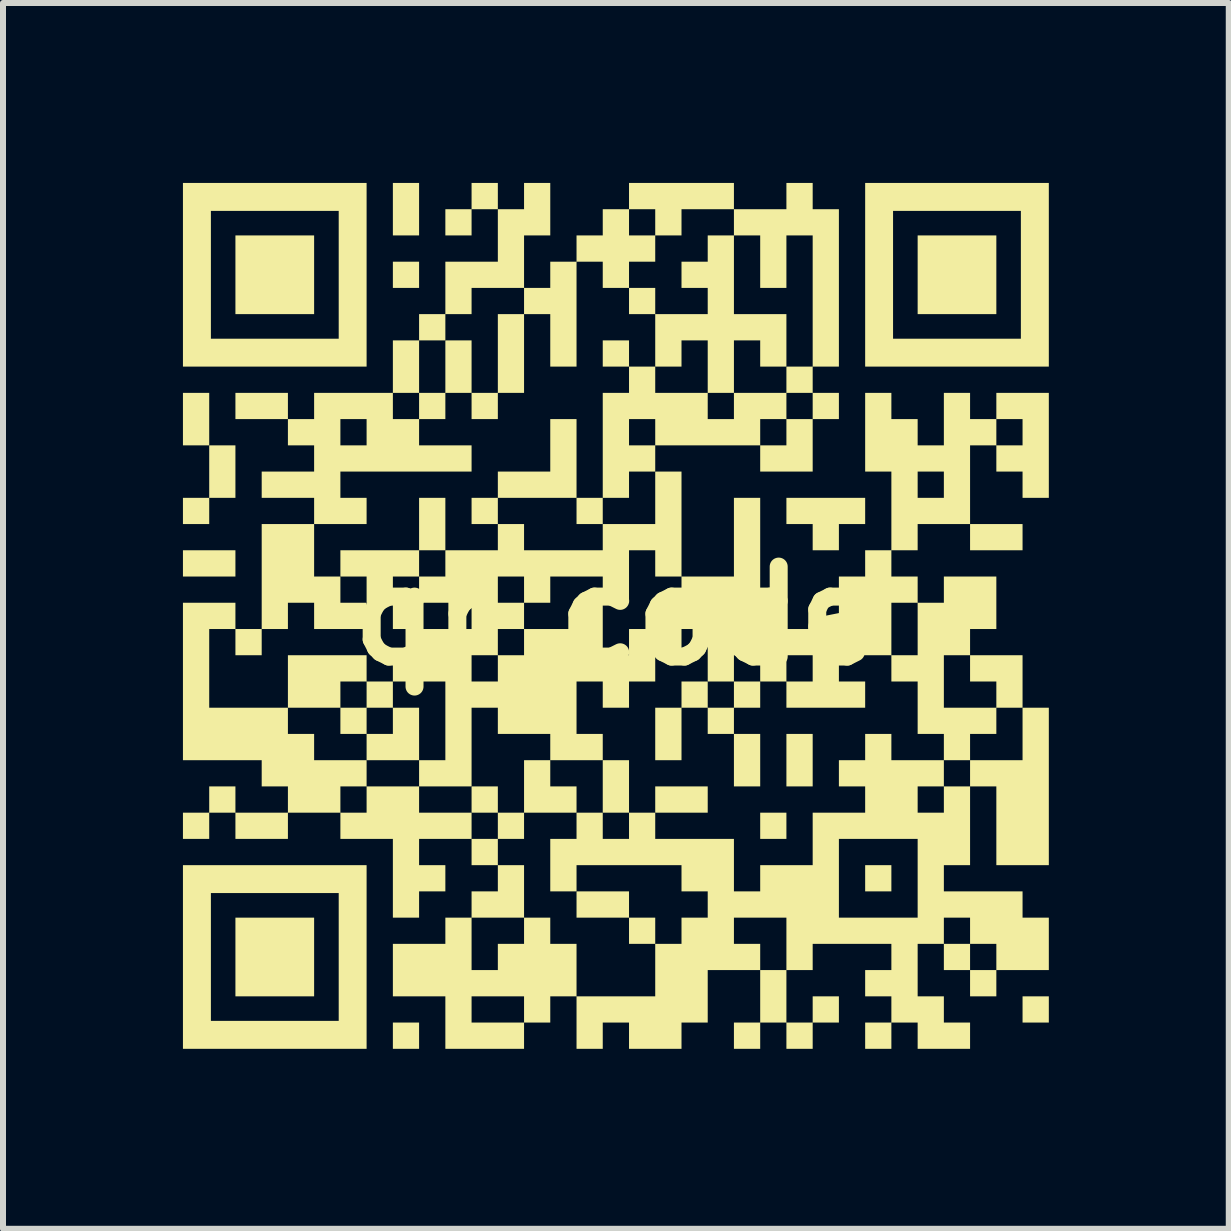
<source format=kicad_pcb>
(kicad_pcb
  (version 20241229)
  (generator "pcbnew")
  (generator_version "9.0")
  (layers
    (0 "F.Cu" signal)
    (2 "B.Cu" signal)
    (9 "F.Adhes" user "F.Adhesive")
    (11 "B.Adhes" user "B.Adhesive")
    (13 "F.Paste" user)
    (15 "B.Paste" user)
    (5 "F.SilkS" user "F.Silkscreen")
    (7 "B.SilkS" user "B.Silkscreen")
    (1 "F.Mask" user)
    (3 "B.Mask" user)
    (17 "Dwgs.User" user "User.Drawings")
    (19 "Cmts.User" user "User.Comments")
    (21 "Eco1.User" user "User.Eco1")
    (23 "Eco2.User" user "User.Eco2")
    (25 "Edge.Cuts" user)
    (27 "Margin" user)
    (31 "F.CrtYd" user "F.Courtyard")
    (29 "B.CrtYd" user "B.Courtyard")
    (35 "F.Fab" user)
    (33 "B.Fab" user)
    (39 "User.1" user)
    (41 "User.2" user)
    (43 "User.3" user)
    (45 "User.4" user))
  (footprint "qr code"
    (layer "F.Cu")
    (at 7.218 7.218)
    (property "Reference" "qr code" (at 0 0 0) (layer "F.SilkS") (effects (font (size 1.5 1.5) (thickness 0.3))))
    (attr board_only exclude_from_pos_files exclude_from_bom)
    (fp_poly (pts (xy -6.78 -3.281) (xy -6.78 -2.843) (xy -6.999 -2.843) (xy -7.218 -2.843) (xy -7.218 -3.281) (xy -7.218 -3.718) (xy -6.999 -3.718) (xy -6.78 -3.718)) (stroke (width 0) (type solid)) (fill yes) (layer "F.SilkS"))
    (fp_poly (pts (xy -6.343 -0.875) (xy -6.343 -0.656) (xy -6.78 -0.656) (xy -7.218 -0.656) (xy -7.218 -0.875) (xy -7.218 -1.094) (xy -6.78 -1.094) (xy -6.343 -1.094)) (stroke (width 0) (type solid)) (fill yes) (layer "F.SilkS"))
    (fp_poly (pts (xy -5.031 -5.687) (xy -5.031 -5.031) (xy -5.687 -5.031) (xy -6.343 -5.031) (xy -6.343 -5.687) (xy -6.343 -6.343) (xy -5.687 -6.343) (xy -5.031 -6.343)) (stroke (width 0) (type solid)) (fill yes) (layer "F.SilkS"))
    (fp_poly (pts (xy -5.031 5.687) (xy -5.031 6.343) (xy -5.687 6.343) (xy -6.343 6.343) (xy -6.343 5.687) (xy -6.343 5.031) (xy -5.687 5.031) (xy -5.031 5.031)) (stroke (width 0) (type solid)) (fill yes) (layer "F.SilkS"))
    (fp_poly (pts (xy -3.281 -6.78) (xy -3.281 -6.343) (xy -3.5 -6.343) (xy -3.718 -6.343) (xy -3.718 -6.78) (xy -3.718 -7.218) (xy -3.5 -7.218) (xy -3.281 -7.218)) (stroke (width 0) (type solid)) (fill yes) (layer "F.SilkS"))
    (fp_poly (pts (xy -3.281 -5.687) (xy -3.281 -5.468) (xy -3.5 -5.468) (xy -3.718 -5.468) (xy -3.718 -5.687) (xy -3.718 -5.905) (xy -3.5 -5.905) (xy -3.281 -5.905)) (stroke (width 0) (type solid)) (fill yes) (layer "F.SilkS"))
    (fp_poly (pts (xy -3.281 0) (xy -3.281 0.219) (xy -3.5 0.219) (xy -3.718 0.219) (xy -3.718 0) (xy -3.718 -0.219) (xy -3.5 -0.219) (xy -3.281 -0.219)) (stroke (width 0) (type solid)) (fill yes) (layer "F.SilkS"))
    (fp_poly (pts (xy -3.281 6.999) (xy -3.281 7.218) (xy -3.5 7.218) (xy -3.718 7.218) (xy -3.718 6.999) (xy -3.718 6.78) (xy -3.5 6.78) (xy -3.281 6.78)) (stroke (width 0) (type solid)) (fill yes) (layer "F.SilkS"))
    (fp_poly (pts (xy -1.968 3.937) (xy -1.968 4.156) (xy -2.187 4.156) (xy -2.406 4.156) (xy -2.406 3.937) (xy -2.406 3.718) (xy -2.187 3.718) (xy -1.968 3.718)) (stroke (width 0) (type solid)) (fill yes) (layer "F.SilkS"))
    (fp_poly (pts (xy -0.219 -1.75) (xy -0.219 -1.531) (xy -0.437 -1.531) (xy -0.656 -1.531) (xy -0.656 -1.75) (xy -0.656 -1.968) (xy -0.437 -1.968) (xy -0.219 -1.968)) (stroke (width 0) (type solid)) (fill yes) (layer "F.SilkS"))
    (fp_poly (pts (xy 0.219 -4.374) (xy 0.219 -4.156) (xy 0 -4.156) (xy -0.219 -4.156) (xy -0.219 -4.374) (xy -0.219 -4.593) (xy 0 -4.593) (xy 0.219 -4.593)) (stroke (width 0) (type solid)) (fill yes) (layer "F.SilkS"))
    (fp_poly (pts (xy 0.219 2.843) (xy 0.219 3.281) (xy 0 3.281) (xy -0.219 3.281) (xy -0.219 2.843) (xy -0.219 2.406) (xy 0 2.406) (xy 0.219 2.406)) (stroke (width 0) (type solid)) (fill yes) (layer "F.SilkS"))
    (fp_poly (pts (xy 0.219 4.812) (xy 0.219 5.031) (xy -0.219 5.031) (xy -0.656 5.031) (xy -0.656 4.812) (xy -0.656 4.593) (xy -0.219 4.593) (xy 0.219 4.593)) (stroke (width 0) (type solid)) (fill yes) (layer "F.SilkS"))
    (fp_poly (pts (xy 0.656 5.249) (xy 0.656 5.468) (xy 0.437 5.468) (xy 0.219 5.468) (xy 0.219 5.249) (xy 0.219 5.031) (xy 0.437 5.031) (xy 0.656 5.031)) (stroke (width 0) (type solid)) (fill yes) (layer "F.SilkS"))
    (fp_poly (pts (xy 1.531 3.062) (xy 1.531 3.281) (xy 1.094 3.281) (xy 0.656 3.281) (xy 0.656 3.062) (xy 0.656 2.843) (xy 1.094 2.843) (xy 1.531 2.843)) (stroke (width 0) (type solid)) (fill yes) (layer "F.SilkS"))
    (fp_poly (pts (xy 2.406 2.406) (xy 2.406 2.843) (xy 2.187 2.843) (xy 1.968 2.843) (xy 1.968 2.406) (xy 1.968 1.968) (xy 2.187 1.968) (xy 2.406 1.968)) (stroke (width 0) (type solid)) (fill yes) (layer "F.SilkS"))
    (fp_poly (pts (xy 2.843 3.5) (xy 2.843 3.718) (xy 2.625 3.718) (xy 2.406 3.718) (xy 2.406 3.5) (xy 2.406 3.281) (xy 2.625 3.281) (xy 2.843 3.281)) (stroke (width 0) (type solid)) (fill yes) (layer "F.SilkS"))
    (fp_poly (pts (xy 3.281 2.406) (xy 3.281 2.843) (xy 3.062 2.843) (xy 2.843 2.843) (xy 2.843 2.406) (xy 2.843 1.968) (xy 3.062 1.968) (xy 3.281 1.968)) (stroke (width 0) (type solid)) (fill yes) (layer "F.SilkS"))
    (fp_poly (pts (xy 4.593 4.374) (xy 4.593 4.593) (xy 4.374 4.593) (xy 4.156 4.593) (xy 4.156 4.374) (xy 4.156 4.156) (xy 4.374 4.156) (xy 4.593 4.156)) (stroke (width 0) (type solid)) (fill yes) (layer "F.SilkS"))
    (fp_poly (pts (xy 6.343 -5.687) (xy 6.343 -5.031) (xy 5.687 -5.031) (xy 5.031 -5.031) (xy 5.031 -5.687) (xy 5.031 -6.343) (xy 5.687 -6.343) (xy 6.343 -6.343)) (stroke (width 0) (type solid)) (fill yes) (layer "F.SilkS"))
    (fp_poly (pts (xy 6.78 -1.312) (xy 6.78 -1.094) (xy 6.343 -1.094) (xy 5.905 -1.094) (xy 5.905 -1.312) (xy 5.905 -1.531) (xy 6.343 -1.531) (xy 6.78 -1.531)) (stroke (width 0) (type solid)) (fill yes) (layer "F.SilkS"))
    (fp_poly (pts (xy 7.218 6.562) (xy 7.218 6.78) (xy 6.999 6.78) (xy 6.78 6.78) (xy 6.78 6.562) (xy 6.78 6.343) (xy 6.999 6.343) (xy 7.218 6.343)) (stroke (width 0) (type solid)) (fill yes) (layer "F.SilkS"))
    (fp_poly (pts (xy -6.343 -2.406) (xy -6.343 -1.968) (xy -6.562 -1.968) (xy -6.78 -1.968) (xy -6.78 -1.75) (xy -6.78 -1.531) (xy -6.999 -1.531) (xy -7.218 -1.531) (xy -7.218 -1.75) (xy -7.218 -1.968) (xy -6.999 -1.968) (xy -6.78 -1.968) (xy -6.78 -2.406) (xy -6.78 -2.843) (xy -6.562 -2.843) (xy -6.343 -2.843)) (stroke (width 0) (type solid)) (fill yes) (layer "F.SilkS"))
    (fp_poly (pts (xy 4.156 -1.75) (xy 4.156 -1.531) (xy 3.937 -1.531) (xy 3.718 -1.531) (xy 3.718 -1.312) (xy 3.718 -1.094) (xy 3.5 -1.094) (xy 3.281 -1.094) (xy 3.281 -1.312) (xy 3.281 -1.531) (xy 3.062 -1.531) (xy 2.843 -1.531) (xy 2.843 -1.75) (xy 2.843 -1.968) (xy 3.5 -1.968) (xy 4.156 -1.968)) (stroke (width 0) (type solid)) (fill yes) (layer "F.SilkS"))
    (fp_poly (pts (xy -4.156 -5.687) (xy -4.156 -4.156) (xy -5.687 -4.156) (xy -7.218 -4.156) (xy -7.218 -5.687) (xy -6.752 -5.687) (xy -6.752 -4.621) (xy -5.687 -4.621) (xy -4.621 -4.621) (xy -4.621 -5.687) (xy -4.621 -6.752) (xy -5.687 -6.752) (xy -6.752 -6.752) (xy -6.752 -5.687) (xy -7.218 -5.687) (xy -7.218 -7.218) (xy -5.687 -7.218) (xy -4.156 -7.218)) (stroke (width 0) (type solid)) (fill yes) (layer "F.SilkS"))
    (fp_poly (pts (xy -4.156 5.687) (xy -4.156 7.218) (xy -5.687 7.218) (xy -7.218 7.218) (xy -7.218 5.687) (xy -6.752 5.687) (xy -6.752 6.752) (xy -5.687 6.752) (xy -4.621 6.752) (xy -4.621 5.687) (xy -4.621 4.621) (xy -5.687 4.621) (xy -6.752 4.621) (xy -6.752 5.687) (xy -7.218 5.687) (xy -7.218 4.156) (xy -5.687 4.156) (xy -4.156 4.156)) (stroke (width 0) (type solid)) (fill yes) (layer "F.SilkS"))
    (fp_poly (pts (xy 7.218 -5.687) (xy 7.218 -4.156) (xy 5.687 -4.156) (xy 4.156 -4.156) (xy 4.156 -5.687) (xy 4.621 -5.687) (xy 4.621 -4.621) (xy 5.687 -4.621) (xy 6.752 -4.621) (xy 6.752 -5.687) (xy 6.752 -6.752) (xy 5.687 -6.752) (xy 4.621 -6.752) (xy 4.621 -5.687) (xy 4.156 -5.687) (xy 4.156 -7.218) (xy 5.687 -7.218) (xy 7.218 -7.218)) (stroke (width 0) (type solid)) (fill yes) (layer "F.SilkS"))
    (fp_poly (pts (xy -0.656 -2.625) (xy -0.656 -1.968) (xy -1.312 -1.968) (xy -1.968 -1.968) (xy -1.968 -1.75) (xy -1.968 -1.531) (xy -2.187 -1.531) (xy -2.406 -1.531) (xy -2.406 -1.75) (xy -2.406 -1.968) (xy -2.187 -1.968) (xy -1.968 -1.968) (xy -1.968 -2.187) (xy -1.968 -2.406) (xy -1.531 -2.406) (xy -1.094 -2.406) (xy -1.094 -2.843) (xy -1.094 -3.281) (xy -0.875 -3.281) (xy -0.656 -3.281)) (stroke (width 0) (type solid)) (fill yes) (layer "F.SilkS"))
    (fp_poly (pts (xy -2.843 -1.531) (xy -2.843 -1.094) (xy -3.062 -1.094) (xy -3.281 -1.094) (xy -3.281 -0.875) (xy -3.281 -0.656) (xy -3.5 -0.656) (xy -3.718 -0.656) (xy -3.718 -0.437) (xy -3.718 -0.219) (xy -3.937 -0.219) (xy -4.156 -0.219) (xy -4.156 -0.437) (xy -4.156 -0.656) (xy -4.374 -0.656) (xy -4.593 -0.656) (xy -4.593 -0.875) (xy -4.593 -1.094) (xy -3.937 -1.094) (xy -3.281 -1.094) (xy -3.281 -1.531) (xy -3.281 -1.968) (xy -3.062 -1.968) (xy -2.843 -1.968)) (stroke (width 0) (type solid)) (fill yes) (layer "F.SilkS"))
    (fp_poly (pts (xy -1.094 2.625) (xy -1.094 2.843) (xy -0.875 2.843) (xy -0.656 2.843) (xy -0.656 3.062) (xy -0.656 3.281) (xy -1.094 3.281) (xy -1.531 3.281) (xy -1.531 3.5) (xy -1.531 3.718) (xy -1.75 3.718) (xy -1.968 3.718) (xy -1.968 3.5) (xy -1.968 3.281) (xy -2.187 3.281) (xy -2.406 3.281) (xy -2.406 3.062) (xy -2.406 2.843) (xy -2.187 2.843) (xy -1.968 2.843) (xy -1.968 3.062) (xy -1.968 3.281) (xy -1.75 3.281) (xy -1.531 3.281) (xy -1.531 2.843) (xy -1.531 2.406) (xy -1.312 2.406) (xy -1.094 2.406)) (stroke (width 0) (type solid)) (fill yes) (layer "F.SilkS"))
    (fp_poly (pts (xy -1.531 -4.374) (xy -1.531 -3.718) (xy -1.75 -3.718) (xy -1.968 -3.718) (xy -1.968 -3.5) (xy -1.968 -3.281) (xy -2.187 -3.281) (xy -2.406 -3.281) (xy -2.406 -3.5) (xy -2.406 -3.718) (xy -2.625 -3.718) (xy -2.843 -3.718) (xy -2.843 -3.5) (xy -2.843 -3.281) (xy -3.062 -3.281) (xy -3.281 -3.281) (xy -3.281 -3.5) (xy -3.281 -3.718) (xy -3.062 -3.718) (xy -2.843 -3.718) (xy -2.843 -4.156) (xy -2.843 -4.593) (xy -2.625 -4.593) (xy -2.406 -4.593) (xy -2.406 -4.156) (xy -2.406 -3.718) (xy -2.187 -3.718) (xy -1.968 -3.718) (xy -1.968 -4.374) (xy -1.968 -5.031) (xy -1.75 -5.031) (xy -1.531 -5.031)) (stroke (width 0) (type solid)) (fill yes) (layer "F.SilkS"))
    (fp_poly (pts (xy 1.531 1.312) (xy 1.531 1.531) (xy 1.75 1.531) (xy 1.968 1.531) (xy 1.968 1.312) (xy 1.968 1.094) (xy 2.187 1.094) (xy 2.406 1.094) (xy 2.406 1.312) (xy 2.406 1.531) (xy 2.187 1.531) (xy 1.968 1.531) (xy 1.968 1.75) (xy 1.968 1.968) (xy 1.75 1.968) (xy 1.531 1.968) (xy 1.531 1.75) (xy 1.531 1.531) (xy 1.312 1.531) (xy 1.094 1.531) (xy 1.094 1.968) (xy 1.094 2.406) (xy 0.875 2.406) (xy 0.656 2.406) (xy 0.656 1.968) (xy 0.656 1.531) (xy 0.875 1.531) (xy 1.094 1.531) (xy 1.094 1.312) (xy 1.094 1.094) (xy 1.312 1.094) (xy 1.531 1.094)) (stroke (width 0) (type solid)) (fill yes) (layer "F.SilkS"))
    (fp_poly (pts (xy -4.156 0.875) (xy -4.156 1.094) (xy -4.374 1.094) (xy -4.593 1.094) (xy -4.593 1.312) (xy -4.593 1.531) (xy -4.374 1.531) (xy -4.156 1.531) (xy -4.156 1.312) (xy -4.156 1.094) (xy -3.937 1.094) (xy -3.718 1.094) (xy -3.718 1.312) (xy -3.718 1.531) (xy -3.937 1.531) (xy -4.156 1.531) (xy -4.156 1.75) (xy -4.156 1.968) (xy -3.937 1.968) (xy -3.718 1.968) (xy -3.718 1.75) (xy -3.718 1.531) (xy -3.5 1.531) (xy -3.281 1.531) (xy -3.281 1.968) (xy -3.281 2.406) (xy -3.718 2.406) (xy -4.156 2.406) (xy -4.156 2.187) (xy -4.156 1.968) (xy -4.374 1.968) (xy -4.593 1.968) (xy -4.593 1.75) (xy -4.593 1.531) (xy -5.031 1.531) (xy -5.468 1.531) (xy -5.468 1.094) (xy -5.468 0.656) (xy -4.812 0.656) (xy -4.156 0.656)) (stroke (width 0) (type solid)) (fill yes) (layer "F.SilkS"))
    (fp_poly (pts (xy 1.968 -5.687) (xy 1.968 -5.031) (xy 2.406 -5.031) (xy 2.843 -5.031) (xy 2.843 -4.593) (xy 2.843 -4.156) (xy 2.625 -4.156) (xy 2.406 -4.156) (xy 2.406 -4.374) (xy 2.406 -4.593) (xy 2.187 -4.593) (xy 1.968 -4.593) (xy 1.968 -4.156) (xy 1.968 -3.718) (xy 1.75 -3.718) (xy 1.531 -3.718) (xy 1.531 -4.156) (xy 1.531 -4.593) (xy 1.312 -4.593) (xy 1.094 -4.593) (xy 1.094 -4.374) (xy 1.094 -4.156) (xy 0.875 -4.156) (xy 0.656 -4.156) (xy 0.656 -4.593) (xy 0.656 -5.031) (xy 0.437 -5.031) (xy 0.219 -5.031) (xy 0.219 -5.249) (xy 0.219 -5.468) (xy 0.437 -5.468) (xy 0.656 -5.468) (xy 0.656 -5.249) (xy 0.656 -5.031) (xy 1.094 -5.031) (xy 1.531 -5.031) (xy 1.531 -5.249) (xy 1.531 -5.468) (xy 1.312 -5.468) (xy 1.094 -5.468) (xy 1.094 -5.687) (xy 1.094 -5.905) (xy 1.312 -5.905) (xy 1.531 -5.905) (xy 1.531 -6.124) (xy 1.531 -6.343) (xy 1.75 -6.343) (xy 1.968 -6.343)) (stroke (width 0) (type solid)) (fill yes) (layer "F.SilkS"))
    (fp_poly (pts (xy 7.218 2.843) (xy 7.218 4.156) (xy 6.78 4.156) (xy 6.343 4.156) (xy 6.343 3.5) (xy 6.343 2.843) (xy 6.124 2.843) (xy 5.905 2.843) (xy 5.905 3.5) (xy 5.905 4.156) (xy 5.687 4.156) (xy 5.468 4.156) (xy 5.468 4.374) (xy 5.468 4.593) (xy 6.124 4.593) (xy 6.78 4.593) (xy 6.78 4.812) (xy 6.78 5.031) (xy 6.999 5.031) (xy 7.218 5.031) (xy 7.218 5.468) (xy 7.218 5.905) (xy 6.78 5.905) (xy 6.343 5.905) (xy 6.343 6.124) (xy 6.343 6.343) (xy 6.124 6.343) (xy 5.905 6.343) (xy 5.905 6.124) (xy 5.905 5.905) (xy 5.687 5.905) (xy 5.468 5.905) (xy 5.468 5.687) (xy 5.905 5.687) (xy 5.905 5.905) (xy 6.124 5.905) (xy 6.343 5.905) (xy 6.343 5.687) (xy 6.343 5.468) (xy 6.124 5.468) (xy 5.905 5.468) (xy 5.905 5.687) (xy 5.468 5.687) (xy 5.468 5.468) (xy 5.249 5.468) (xy 5.031 5.468) (xy 5.031 5.905) (xy 5.031 6.343) (xy 5.249 6.343) (xy 5.468 6.343) (xy 5.468 6.562) (xy 5.468 6.78) (xy 5.687 6.78) (xy 5.905 6.78) (xy 5.905 6.999) (xy 5.905 7.218) (xy 5.468 7.218) (xy 5.031 7.218) (xy 5.031 6.999) (xy 5.031 6.78) (xy 4.812 6.78) (xy 4.593 6.78) (xy 4.593 6.999) (xy 4.593 7.218) (xy 4.374 7.218) (xy 4.156 7.218) (xy 4.156 6.999) (xy 4.156 6.78) (xy 4.374 6.78) (xy 4.593 6.78) (xy 4.593 6.562) (xy 4.593 6.343) (xy 4.374 6.343) (xy 4.156 6.343) (xy 4.156 6.124) (xy 4.156 5.905) (xy 4.374 5.905) (xy 4.593 5.905) (xy 4.593 5.687) (xy 4.593 5.468) (xy 3.937 5.468) (xy 3.281 5.468) (xy 3.281 5.687) (xy 3.281 5.905) (xy 3.062 5.905) (xy 2.843 5.905) (xy 2.843 6.343) (xy 2.843 6.78) (xy 3.062 6.78) (xy 3.281 6.78) (xy 3.281 6.562) (xy 3.281 6.343) (xy 3.5 6.343) (xy 3.718 6.343) (xy 3.718 6.562) (xy 3.718 6.78) (xy 3.5 6.78) (xy 3.281 6.78) (xy 3.281 6.999) (xy 3.281 7.218) (xy 3.062 7.218) (xy 2.843 7.218) (xy 2.843 6.999) (xy 2.843 6.78) (xy 2.625 6.78) (xy 2.406 6.78) (xy 2.406 6.999) (xy 2.406 7.218) (xy 2.187 7.218) (xy 1.968 7.218) (xy 1.968 6.999) (xy 1.968 6.78) (xy 2.187 6.78) (xy 2.406 6.78) (xy 2.406 6.343) (xy 2.406 5.905) (xy 1.968 5.905) (xy 1.531 5.905) (xy 1.531 6.343) (xy 1.531 6.78) (xy 1.312 6.78) (xy 1.094 6.78) (xy 1.094 6.999) (xy 1.094 7.218) (xy 0.656 7.218) (xy 0.219 7.218) (xy 0.219 6.999) (xy 0.219 6.78) (xy 0 6.78) (xy -0.219 6.78) (xy -0.219 6.999) (xy -0.219 7.218) (xy -0.437 7.218) (xy -0.656 7.218) (xy -0.656 6.78) (xy -0.656 6.343) (xy -0.875 6.343) (xy -1.094 6.343) (xy -1.094 6.562) (xy -1.094 6.78) (xy -1.312 6.78) (xy -1.531 6.78) (xy -1.531 6.999) (xy -1.531 7.218) (xy -2.187 7.218) (xy -2.843 7.218) (xy -2.843 6.78) (xy -2.843 6.562) (xy -2.406 6.562) (xy -2.406 6.78) (xy -1.968 6.78) (xy -1.531 6.78) (xy -1.531 6.562) (xy -1.531 6.343) (xy -1.968 6.343) (xy -2.406 6.343) (xy -2.406 6.562) (xy -2.843 6.562) (xy -2.843 6.343) (xy -3.281 6.343) (xy -3.718 6.343) (xy -3.718 5.905) (xy -3.718 5.468) (xy -3.281 5.468) (xy -2.843 5.468) (xy -2.843 5.249) (xy -2.843 5.031) (xy -2.625 5.031) (xy -2.406 5.031) (xy -2.406 4.812) (xy -2.406 4.593) (xy -2.187 4.593) (xy -1.968 4.593) (xy -1.968 4.374) (xy -1.968 4.156) (xy -1.75 4.156) (xy -1.531 4.156) (xy -1.531 4.593) (xy -1.531 5.031) (xy -1.968 5.031) (xy -2.406 5.031) (xy -2.406 5.468) (xy -2.406 5.905) (xy -2.187 5.905) (xy -1.968 5.905) (xy -1.968 5.687) (xy -1.968 5.468) (xy -1.75 5.468) (xy -1.531 5.468) (xy -1.531 5.249) (xy -1.531 5.031) (xy -1.312 5.031) (xy -1.094 5.031) (xy -1.094 5.249) (xy -1.094 5.468) (xy -0.875 5.468) (xy -0.656 5.468) (xy -0.656 5.905) (xy -0.656 6.343) (xy 0 6.343) (xy 0.656 6.343) (xy 0.656 5.905) (xy 0.656 5.468) (xy 0.875 5.468) (xy 1.094 5.468) (xy 1.094 5.249) (xy 1.968 5.249) (xy 1.968 5.468) (xy 2.187 5.468) (xy 2.406 5.468) (xy 2.406 5.687) (xy 2.406 5.905) (xy 2.625 5.905) (xy 2.843 5.905) (xy 2.843 5.468) (xy 2.843 5.249) (xy 5.468 5.249) (xy 5.468 5.468) (xy 5.687 5.468) (xy 5.905 5.468) (xy 5.905 5.249) (xy 5.905 5.031) (xy 5.687 5.031) (xy 5.468 5.031) (xy 5.468 5.249) (xy 2.843 5.249) (xy 2.843 5.031) (xy 2.406 5.031) (xy 1.968 5.031) (xy 1.968 5.249) (xy 1.094 5.249) (xy 1.094 5.031) (xy 1.312 5.031) (xy 1.531 5.031) (xy 1.531 4.812) (xy 1.531 4.593) (xy 1.312 4.593) (xy 1.094 4.593) (xy 1.094 4.374) (xy 1.094 4.156) (xy 0.219 4.156) (xy -0.656 4.156) (xy -0.656 4.374) (xy -0.656 4.593) (xy -0.875 4.593) (xy -1.094 4.593) (xy -1.094 4.156) (xy -1.094 3.718) (xy -0.875 3.718) (xy -0.656 3.718) (xy -0.656 3.5) (xy -0.656 3.281) (xy -0.437 3.281) (xy -0.219 3.281) (xy -0.219 3.5) (xy -0.219 3.718) (xy 0 3.718) (xy 0.219 3.718) (xy 0.219 3.5) (xy 0.219 3.281) (xy 0.437 3.281) (xy 0.656 3.281) (xy 0.656 3.5) (xy 0.656 3.718) (xy 1.312 3.718) (xy 1.968 3.718) (xy 1.968 4.156) (xy 1.968 4.593) (xy 2.187 4.593) (xy 2.406 4.593) (xy 2.406 4.374) (xy 3.718 4.374) (xy 3.718 5.031) (xy 4.374 5.031) (xy 5.031 5.031) (xy 5.031 4.374) (xy 5.031 3.718) (xy 4.374 3.718) (xy 3.718 3.718) (xy 3.718 4.374) (xy 2.406 4.374) (xy 2.406 4.156) (xy 2.843 4.156) (xy 3.281 4.156) (xy 3.281 3.718) (xy 3.281 3.281) (xy 3.718 3.281) (xy 4.156 3.281) (xy 4.156 3.062) (xy 4.156 2.843) (xy 3.937 2.843) (xy 3.718 2.843) (xy 3.718 2.625) (xy 3.718 2.406) (xy 3.937 2.406) (xy 4.156 2.406) (xy 4.156 2.187) (xy 4.156 1.968) (xy 4.374 1.968) (xy 4.593 1.968) (xy 4.593 2.187) (xy 4.593 2.406) (xy 5.031 2.406) (xy 5.468 2.406) (xy 5.468 2.625) (xy 5.468 2.843) (xy 5.249 2.843) (xy 5.031 2.843) (xy 5.031 3.062) (xy 5.031 3.281) (xy 5.249 3.281) (xy 5.468 3.281) (xy 5.468 3.062) (xy 5.468 2.843) (xy 5.687 2.843) (xy 5.905 2.843) (xy 5.905 2.625) (xy 5.905 2.406) (xy 6.343 2.406) (xy 6.78 2.406) (xy 6.78 1.968) (xy 6.78 1.531) (xy 6.999 1.531) (xy 7.218 1.531)) (stroke (width 0) (type solid)) (fill yes) (layer "F.SilkS"))
    (fp_poly (pts (xy 4.593 -3.5) (xy 4.593 -3.281) (xy 4.812 -3.281) (xy 5.031 -3.281) (xy 5.031 -3.062) (xy 5.031 -2.843) (xy 5.249 -2.843) (xy 5.468 -2.843) (xy 5.468 -3.062) (xy 6.343 -3.062) (xy 6.343 -2.843) (xy 6.562 -2.843) (xy 6.78 -2.843) (xy 6.78 -3.062) (xy 6.78 -3.281) (xy 6.562 -3.281) (xy 6.343 -3.281) (xy 6.343 -3.062) (xy 5.468 -3.062) (xy 5.468 -3.281) (xy 5.468 -3.718) (xy 5.687 -3.718) (xy 5.905 -3.718) (xy 5.905 -3.5) (xy 5.905 -3.281) (xy 6.124 -3.281) (xy 6.343 -3.281) (xy 6.343 -3.5) (xy 6.343 -3.718) (xy 6.78 -3.718) (xy 7.218 -3.718) (xy 7.218 -2.843) (xy 7.218 -1.968) (xy 6.999 -1.968) (xy 6.78 -1.968) (xy 6.78 -2.187) (xy 6.78 -2.406) (xy 6.562 -2.406) (xy 6.343 -2.406) (xy 6.343 -2.625) (xy 6.343 -2.843) (xy 6.124 -2.843) (xy 5.905 -2.843) (xy 5.905 -2.187) (xy 5.905 -1.531) (xy 5.468 -1.531) (xy 5.031 -1.531) (xy 5.031 -1.312) (xy 5.031 -1.094) (xy 4.812 -1.094) (xy 4.593 -1.094) (xy 4.593 -0.875) (xy 4.593 -0.656) (xy 4.812 -0.656) (xy 5.031 -0.656) (xy 5.031 -0.437) (xy 5.031 -0.219) (xy 5.249 -0.219) (xy 5.468 -0.219) (xy 5.468 -0.437) (xy 5.468 -0.656) (xy 5.905 -0.656) (xy 6.343 -0.656) (xy 6.343 -0.219) (xy 6.343 0.219) (xy 6.124 0.219) (xy 5.905 0.219) (xy 5.905 0.437) (xy 5.905 0.656) (xy 5.687 0.656) (xy 5.468 0.656) (xy 5.468 1.094) (xy 5.468 1.531) (xy 5.905 1.531) (xy 6.343 1.531) (xy 6.343 1.312) (xy 6.343 1.094) (xy 6.124 1.094) (xy 5.905 1.094) (xy 5.905 0.875) (xy 5.905 0.656) (xy 6.343 0.656) (xy 6.78 0.656) (xy 6.78 1.094) (xy 6.78 1.531) (xy 6.562 1.531) (xy 6.343 1.531) (xy 6.343 1.75) (xy 6.343 1.968) (xy 6.124 1.968) (xy 5.905 1.968) (xy 5.905 2.187) (xy 5.905 2.406) (xy 5.687 2.406) (xy 5.468 2.406) (xy 5.468 2.187) (xy 5.468 1.968) (xy 5.249 1.968) (xy 5.031 1.968) (xy 5.031 1.531) (xy 5.031 1.094) (xy 4.812 1.094) (xy 4.593 1.094) (xy 4.593 0.875) (xy 4.593 0.656) (xy 4.812 0.656) (xy 5.031 0.656) (xy 5.031 0.219) (xy 5.031 -0.219) (xy 4.812 -0.219) (xy 4.593 -0.219) (xy 4.593 0.219) (xy 4.593 0.656) (xy 4.156 0.656) (xy 3.718 0.656) (xy 3.718 0.875) (xy 3.718 1.094) (xy 3.937 1.094) (xy 4.156 1.094) (xy 4.156 1.312) (xy 4.156 1.531) (xy 3.5 1.531) (xy 2.843 1.531) (xy 2.843 1.312) (xy 2.843 1.094) (xy 3.062 1.094) (xy 3.281 1.094) (xy 3.281 0.875) (xy 3.281 0.656) (xy 3.062 0.656) (xy 2.843 0.656) (xy 2.843 0.875) (xy 2.843 1.094) (xy 2.625 1.094) (xy 2.406 1.094) (xy 2.406 0.875) (xy 2.406 0.656) (xy 2.187 0.656) (xy 1.968 0.656) (xy 1.968 0.875) (xy 1.968 1.094) (xy 1.75 1.094) (xy 1.531 1.094) (xy 1.531 0.656) (xy 1.531 0.219) (xy 1.312 0.219) (xy 1.094 0.219) (xy 1.094 0.437) (xy 1.094 0.656) (xy 0.875 0.656) (xy 0.656 0.656) (xy 0.656 0.875) (xy 0.656 1.094) (xy 0.437 1.094) (xy 0.219 1.094) (xy 0.219 1.312) (xy 0.219 1.531) (xy 0 1.531) (xy -0.219 1.531) (xy -0.219 1.312) (xy -0.219 1.094) (xy -0.437 1.094) (xy -0.656 1.094) (xy -0.656 1.531) (xy -0.656 1.968) (xy -0.437 1.968) (xy -0.219 1.968) (xy -0.219 2.187) (xy -0.219 2.406) (xy -0.656 2.406) (xy -1.094 2.406) (xy -1.094 2.187) (xy -1.094 1.968) (xy -1.531 1.968) (xy -1.968 1.968) (xy -1.968 1.75) (xy -1.968 1.531) (xy -2.187 1.531) (xy -2.406 1.531) (xy -2.406 2.187) (xy -2.406 2.843) (xy -2.843 2.843) (xy -3.281 2.843) (xy -3.281 2.625) (xy -3.281 2.406) (xy -3.062 2.406) (xy -2.843 2.406) (xy -2.843 1.75) (xy -2.843 1.094) (xy -3.281 1.094) (xy -3.718 1.094) (xy -3.718 0.875) (xy -3.718 0.656) (xy -3.5 0.656) (xy -3.281 0.656) (xy -2.406 0.656) (xy -2.406 0.875) (xy -2.406 1.094) (xy -2.187 1.094) (xy -1.968 1.094) (xy -1.968 0.875) (xy -1.968 0.656) (xy -1.75 0.656) (xy -1.531 0.656) (xy -1.531 0.437) (xy -1.531 0.219) (xy -1.094 0.219) (xy -0.656 0.219) (xy -0.656 0) (xy -0.656 -0.219) (xy -0.437 -0.219) (xy -0.219 -0.219) (xy -0.219 0.219) (xy -0.219 0.656) (xy 0 0.656) (xy 0.219 0.656) (xy 0.219 0.437) (xy 0.219 0.219) (xy 0.437 0.219) (xy 0.656 0.219) (xy 0.656 0) (xy 0.656 -0.219) (xy 0.875 -0.219) (xy 1.094 -0.219) (xy 1.094 -0.437) (xy 1.094 -0.656) (xy 0.875 -0.656) (xy 0.656 -0.656) (xy 0.656 -0.875) (xy 0.656 -1.094) (xy 0.437 -1.094) (xy 0.219 -1.094) (xy 0.219 -0.656) (xy 0.219 -0.219) (xy 0 -0.219) (xy -0.219 -0.219) (xy -0.219 -0.437) (xy -0.219 -0.656) (xy -0.656 -0.656) (xy -1.094 -0.656) (xy -1.094 -0.437) (xy -1.094 -0.219) (xy -1.312 -0.219) (xy -1.531 -0.219) (xy -1.531 -0.437) (xy -1.531 -0.656) (xy -1.75 -0.656) (xy -1.968 -0.656) (xy -1.968 -0.437) (xy -1.968 -0.219) (xy -1.75 -0.219) (xy -1.531 -0.219) (xy -1.531 0) (xy -1.531 0.219) (xy -1.75 0.219) (xy -1.968 0.219) (xy -1.968 0.437) (xy -1.968 0.656) (xy -2.187 0.656) (xy -2.406 0.656) (xy -3.281 0.656) (xy -3.281 0.437) (xy -3.281 0.219) (xy -2.843 0.219) (xy -2.406 0.219) (xy -2.406 0) (xy -2.406 -0.219) (xy -2.843 -0.219) (xy -3.281 -0.219) (xy -3.281 -0.437) (xy -3.281 -0.656) (xy -3.062 -0.656) (xy -2.843 -0.656) (xy -2.843 -0.875) (xy -2.843 -1.094) (xy -2.406 -1.094) (xy -1.968 -1.094) (xy -1.968 -1.312) (xy -1.968 -1.531) (xy -1.75 -1.531) (xy -1.531 -1.531) (xy -1.531 -1.312) (xy -1.531 -1.094) (xy -0.875 -1.094) (xy -0.219 -1.094) (xy -0.219 -1.312) (xy -0.219 -1.531) (xy 0.219 -1.531) (xy 0.656 -1.531) (xy 0.656 -1.968) (xy 0.656 -2.406) (xy 0.875 -2.406) (xy 1.094 -2.406) (xy 1.094 -1.531) (xy 1.094 -0.656) (xy 1.531 -0.656) (xy 1.968 -0.656) (xy 1.968 -1.312) (xy 1.968 -1.968) (xy 2.187 -1.968) (xy 2.406 -1.968) (xy 2.406 -1.094) (xy 2.406 -0.219) (xy 2.625 -0.219) (xy 2.843 -0.219) (xy 2.843 0) (xy 2.843 0.219) (xy 3.281 0.219) (xy 3.718 0.219) (xy 3.718 -0.219) (xy 3.718 -0.656) (xy 3.937 -0.656) (xy 4.156 -0.656) (xy 4.156 -0.875) (xy 4.156 -1.094) (xy 4.374 -1.094) (xy 4.593 -1.094) (xy 4.593 -1.75) (xy 4.593 -2.187) (xy 5.031 -2.187) (xy 5.031 -1.968) (xy 5.249 -1.968) (xy 5.468 -1.968) (xy 5.468 -2.187) (xy 5.468 -2.406) (xy 5.249 -2.406) (xy 5.031 -2.406) (xy 5.031 -2.187) (xy 4.593 -2.187) (xy 4.593 -2.406) (xy 4.374 -2.406) (xy 4.156 -2.406) (xy 4.156 -3.062) (xy 4.156 -3.718) (xy 4.374 -3.718) (xy 4.593 -3.718)) (stroke (width 0) (type solid)) (fill yes) (layer "F.SilkS"))
    (fp_poly (pts (xy -1.968 -6.999) (xy -1.968 -6.78) (xy -1.75 -6.78) (xy -1.531 -6.78) (xy -1.531 -6.999) (xy -1.531 -7.218) (xy -1.312 -7.218) (xy -1.094 -7.218) (xy -1.094 -6.78) (xy -1.094 -6.343) (xy -1.312 -6.343) (xy -1.531 -6.343) (xy -1.531 -5.905) (xy -1.531 -5.468) (xy -1.312 -5.468) (xy -1.094 -5.468) (xy -1.094 -5.687) (xy -1.094 -5.905) (xy -0.875 -5.905) (xy -0.656 -5.905) (xy -0.656 -6.124) (xy -0.656 -6.343) (xy -0.437 -6.343) (xy -0.219 -6.343) (xy -0.219 -6.562) (xy -0.219 -6.78) (xy 0 -6.78) (xy 0.219 -6.78) (xy 0.219 -6.999) (xy 0.219 -7.218) (xy 1.094 -7.218) (xy 1.968 -7.218) (xy 1.968 -6.999) (xy 1.968 -6.78) (xy 2.406 -6.78) (xy 2.843 -6.78) (xy 2.843 -6.999) (xy 2.843 -7.218) (xy 3.062 -7.218) (xy 3.281 -7.218) (xy 3.281 -6.999) (xy 3.281 -6.78) (xy 3.5 -6.78) (xy 3.718 -6.78) (xy 3.718 -5.468) (xy 3.718 -4.156) (xy 3.5 -4.156) (xy 3.281 -4.156) (xy 3.281 -3.937) (xy 3.281 -3.718) (xy 3.062 -3.718) (xy 2.843 -3.718) (xy 2.843 -3.5) (xy 2.843 -3.281) (xy 2.625 -3.281) (xy 2.406 -3.281) (xy 2.406 -3.062) (xy 2.406 -2.843) (xy 2.625 -2.843) (xy 2.843 -2.843) (xy 2.843 -3.062) (xy 2.843 -3.281) (xy 3.062 -3.281) (xy 3.281 -3.281) (xy 3.281 -3.5) (xy 3.281 -3.718) (xy 3.5 -3.718) (xy 3.718 -3.718) (xy 3.718 -3.5) (xy 3.718 -3.281) (xy 3.5 -3.281) (xy 3.281 -3.281) (xy 3.281 -2.843) (xy 3.281 -2.406) (xy 2.843 -2.406) (xy 2.406 -2.406) (xy 2.406 -2.625) (xy 2.406 -2.843) (xy 1.531 -2.843) (xy 0.656 -2.843) (xy 0.656 -2.625) (xy 0.656 -2.406) (xy 0.437 -2.406) (xy 0.219 -2.406) (xy 0.219 -2.187) (xy 0.219 -1.968) (xy 0 -1.968) (xy -0.219 -1.968) (xy -0.219 -2.843) (xy -0.219 -3.062) (xy 0.219 -3.062) (xy 0.219 -2.843) (xy 0.437 -2.843) (xy 0.656 -2.843) (xy 0.656 -3.062) (xy 0.656 -3.281) (xy 0.437 -3.281) (xy 0.219 -3.281) (xy 0.219 -3.062) (xy -0.219 -3.062) (xy -0.219 -3.718) (xy 0 -3.718) (xy 0.219 -3.718) (xy 0.219 -3.937) (xy 0.219 -4.156) (xy 0.437 -4.156) (xy 0.656 -4.156) (xy 0.656 -3.937) (xy 0.656 -3.718) (xy 1.094 -3.718) (xy 1.531 -3.718) (xy 1.531 -3.5) (xy 1.531 -3.281) (xy 1.75 -3.281) (xy 1.968 -3.281) (xy 1.968 -3.5) (xy 1.968 -3.718) (xy 2.406 -3.718) (xy 2.843 -3.718) (xy 2.843 -3.937) (xy 2.843 -4.156) (xy 3.062 -4.156) (xy 3.281 -4.156) (xy 3.281 -5.249) (xy 3.281 -6.343) (xy 3.062 -6.343) (xy 2.843 -6.343) (xy 2.843 -5.905) (xy 2.843 -5.468) (xy 2.625 -5.468) (xy 2.406 -5.468) (xy 2.406 -5.905) (xy 2.406 -6.343) (xy 2.187 -6.343) (xy 1.968 -6.343) (xy 1.968 -6.562) (xy 1.968 -6.78) (xy 1.531 -6.78) (xy 1.094 -6.78) (xy 1.094 -6.562) (xy 1.094 -6.343) (xy 0.875 -6.343) (xy 0.656 -6.343) (xy 0.656 -6.562) (xy 0.656 -6.78) (xy 0.437 -6.78) (xy 0.219 -6.78) (xy 0.219 -6.562) (xy 0.219 -6.343) (xy 0.437 -6.343) (xy 0.656 -6.343) (xy 0.656 -6.124) (xy 0.656 -5.905) (xy 0.437 -5.905) (xy 0.219 -5.905) (xy 0.219 -5.687) (xy 0.219 -5.468) (xy 0 -5.468) (xy -0.219 -5.468) (xy -0.219 -5.687) (xy -0.219 -5.905) (xy -0.437 -5.905) (xy -0.656 -5.905) (xy -0.656 -5.031) (xy -0.656 -4.156) (xy -0.875 -4.156) (xy -1.094 -4.156) (xy -1.094 -4.593) (xy -1.094 -5.031) (xy -1.312 -5.031) (xy -1.531 -5.031) (xy -1.531 -5.249) (xy -1.531 -5.468) (xy -1.968 -5.468) (xy -2.406 -5.468) (xy -2.406 -5.249) (xy -2.406 -5.031) (xy -2.625 -5.031) (xy -2.843 -5.031) (xy -2.843 -4.812) (xy -2.843 -4.593) (xy -3.062 -4.593) (xy -3.281 -4.593) (xy -3.281 -4.156) (xy -3.281 -3.718) (xy -3.5 -3.718) (xy -3.718 -3.718) (xy -3.718 -3.5) (xy -3.718 -3.281) (xy -3.5 -3.281) (xy -3.281 -3.281) (xy -3.281 -3.062) (xy -3.281 -2.843) (xy -2.843 -2.843) (xy -2.406 -2.843) (xy -2.406 -2.625) (xy -2.406 -2.406) (xy -3.5 -2.406) (xy -4.593 -2.406) (xy -4.593 -2.187) (xy -4.593 -1.968) (xy -4.374 -1.968) (xy -4.156 -1.968) (xy -4.156 -1.75) (xy -4.156 -1.531) (xy -4.593 -1.531) (xy -5.031 -1.531) (xy -5.031 -1.094) (xy -5.031 -0.656) (xy -4.812 -0.656) (xy -4.593 -0.656) (xy -4.593 -0.437) (xy -4.593 -0.219) (xy -4.374 -0.219) (xy -4.156 -0.219) (xy -4.156 0) (xy -4.156 0.219) (xy -4.593 0.219) (xy -5.031 0.219) (xy -5.031 0) (xy -5.031 -0.219) (xy -5.249 -0.219) (xy -5.468 -0.219) (xy -5.468 0) (xy -5.468 0.219) (xy -5.687 0.219) (xy -5.905 0.219) (xy -5.905 0.437) (xy -5.905 0.656) (xy -6.124 0.656) (xy -6.343 0.656) (xy -6.343 0.437) (xy -6.343 0.219) (xy -6.562 0.219) (xy -6.78 0.219) (xy -6.78 0.875) (xy -6.78 1.531) (xy -6.124 1.531) (xy -5.468 1.531) (xy -5.468 1.75) (xy -5.468 1.968) (xy -5.249 1.968) (xy -5.031 1.968) (xy -5.031 2.187) (xy -5.031 2.406) (xy -4.593 2.406) (xy -4.156 2.406) (xy -4.156 2.625) (xy -4.156 2.843) (xy -4.374 2.843) (xy -4.593 2.843) (xy -4.593 3.062) (xy -4.593 3.281) (xy -4.374 3.281) (xy -4.156 3.281) (xy -4.156 3.062) (xy -4.156 2.843) (xy -3.718 2.843) (xy -3.281 2.843) (xy -3.281 3.062) (xy -3.281 3.281) (xy -2.843 3.281) (xy -2.406 3.281) (xy -2.406 3.5) (xy -2.406 3.718) (xy -2.843 3.718) (xy -3.281 3.718) (xy -3.281 3.937) (xy -3.281 4.156) (xy -3.062 4.156) (xy -2.843 4.156) (xy -2.843 4.374) (xy -2.843 4.593) (xy -3.062 4.593) (xy -3.281 4.593) (xy -3.281 4.812) (xy -3.281 5.031) (xy -3.5 5.031) (xy -3.718 5.031) (xy -3.718 4.374) (xy -3.718 3.718) (xy -4.156 3.718) (xy -4.593 3.718) (xy -4.593 3.5) (xy -4.593 3.281) (xy -5.031 3.281) (xy -5.468 3.281) (xy -5.468 3.5) (xy -5.468 3.718) (xy -5.905 3.718) (xy -6.343 3.718) (xy -6.343 3.5) (xy -6.343 3.281) (xy -6.562 3.281) (xy -6.78 3.281) (xy -6.78 3.5) (xy -6.78 3.718) (xy -6.999 3.718) (xy -7.218 3.718) (xy -7.218 3.5) (xy -7.218 3.281) (xy -6.999 3.281) (xy -6.78 3.281) (xy -6.78 3.062) (xy -6.78 2.843) (xy -6.562 2.843) (xy -6.343 2.843) (xy -6.343 3.062) (xy -6.343 3.281) (xy -5.905 3.281) (xy -5.468 3.281) (xy -5.468 3.062) (xy -5.468 2.843) (xy -5.687 2.843) (xy -5.905 2.843) (xy -5.905 2.625) (xy -5.905 2.406) (xy -6.562 2.406) (xy -7.218 2.406) (xy -7.218 1.094) (xy -7.218 -0.219) (xy -6.78 -0.219) (xy -6.343 -0.219) (xy -6.343 0) (xy -6.343 0.219) (xy -6.124 0.219) (xy -5.905 0.219) (xy -5.905 -0.656) (xy -5.905 -1.531) (xy -5.468 -1.531) (xy -5.031 -1.531) (xy -5.031 -1.75) (xy -5.031 -1.968) (xy -5.468 -1.968) (xy -5.905 -1.968) (xy -5.905 -2.187) (xy -5.905 -2.406) (xy -5.468 -2.406) (xy -5.031 -2.406) (xy -5.031 -2.625) (xy -5.031 -2.843) (xy -5.249 -2.843) (xy -5.468 -2.843) (xy -5.468 -3.062) (xy -4.593 -3.062) (xy -4.593 -2.843) (xy -4.374 -2.843) (xy -4.156 -2.843) (xy -4.156 -3.062) (xy -4.156 -3.281) (xy -4.374 -3.281) (xy -4.593 -3.281) (xy -4.593 -3.062) (xy -5.468 -3.062) (xy -5.468 -3.281) (xy -5.905 -3.281) (xy -6.343 -3.281) (xy -6.343 -3.5) (xy -6.343 -3.718) (xy -5.905 -3.718) (xy -5.468 -3.718) (xy -5.468 -3.5) (xy -5.468 -3.281) (xy -5.249 -3.281) (xy -5.031 -3.281) (xy -5.031 -3.5) (xy -5.031 -3.718) (xy -4.374 -3.718) (xy -3.718 -3.718) (xy -3.718 -4.156) (xy -3.718 -4.593) (xy -3.5 -4.593) (xy -3.281 -4.593) (xy -3.281 -4.812) (xy -3.281 -5.031) (xy -3.062 -5.031) (xy -2.843 -5.031) (xy -2.843 -5.468) (xy -2.843 -5.905) (xy -2.406 -5.905) (xy -1.968 -5.905) (xy -1.968 -6.343) (xy -1.968 -6.78) (xy -2.187 -6.78) (xy -2.406 -6.78) (xy -2.406 -6.562) (xy -2.406 -6.343) (xy -2.625 -6.343) (xy -2.843 -6.343) (xy -2.843 -6.562) (xy -2.843 -6.78) (xy -2.625 -6.78) (xy -2.406 -6.78) (xy -2.406 -6.999) (xy -2.406 -7.218) (xy -2.187 -7.218) (xy -1.968 -7.218)) (stroke (width 0) (type solid)) (fill yes) (layer "F.SilkS")))
  (gr_rect
    (start -3 -3)
    (end 17.436 17.436)
    (stroke (width 0.1) (type default))
    (fill no)
    (layer "Edge.Cuts")))
</source>
